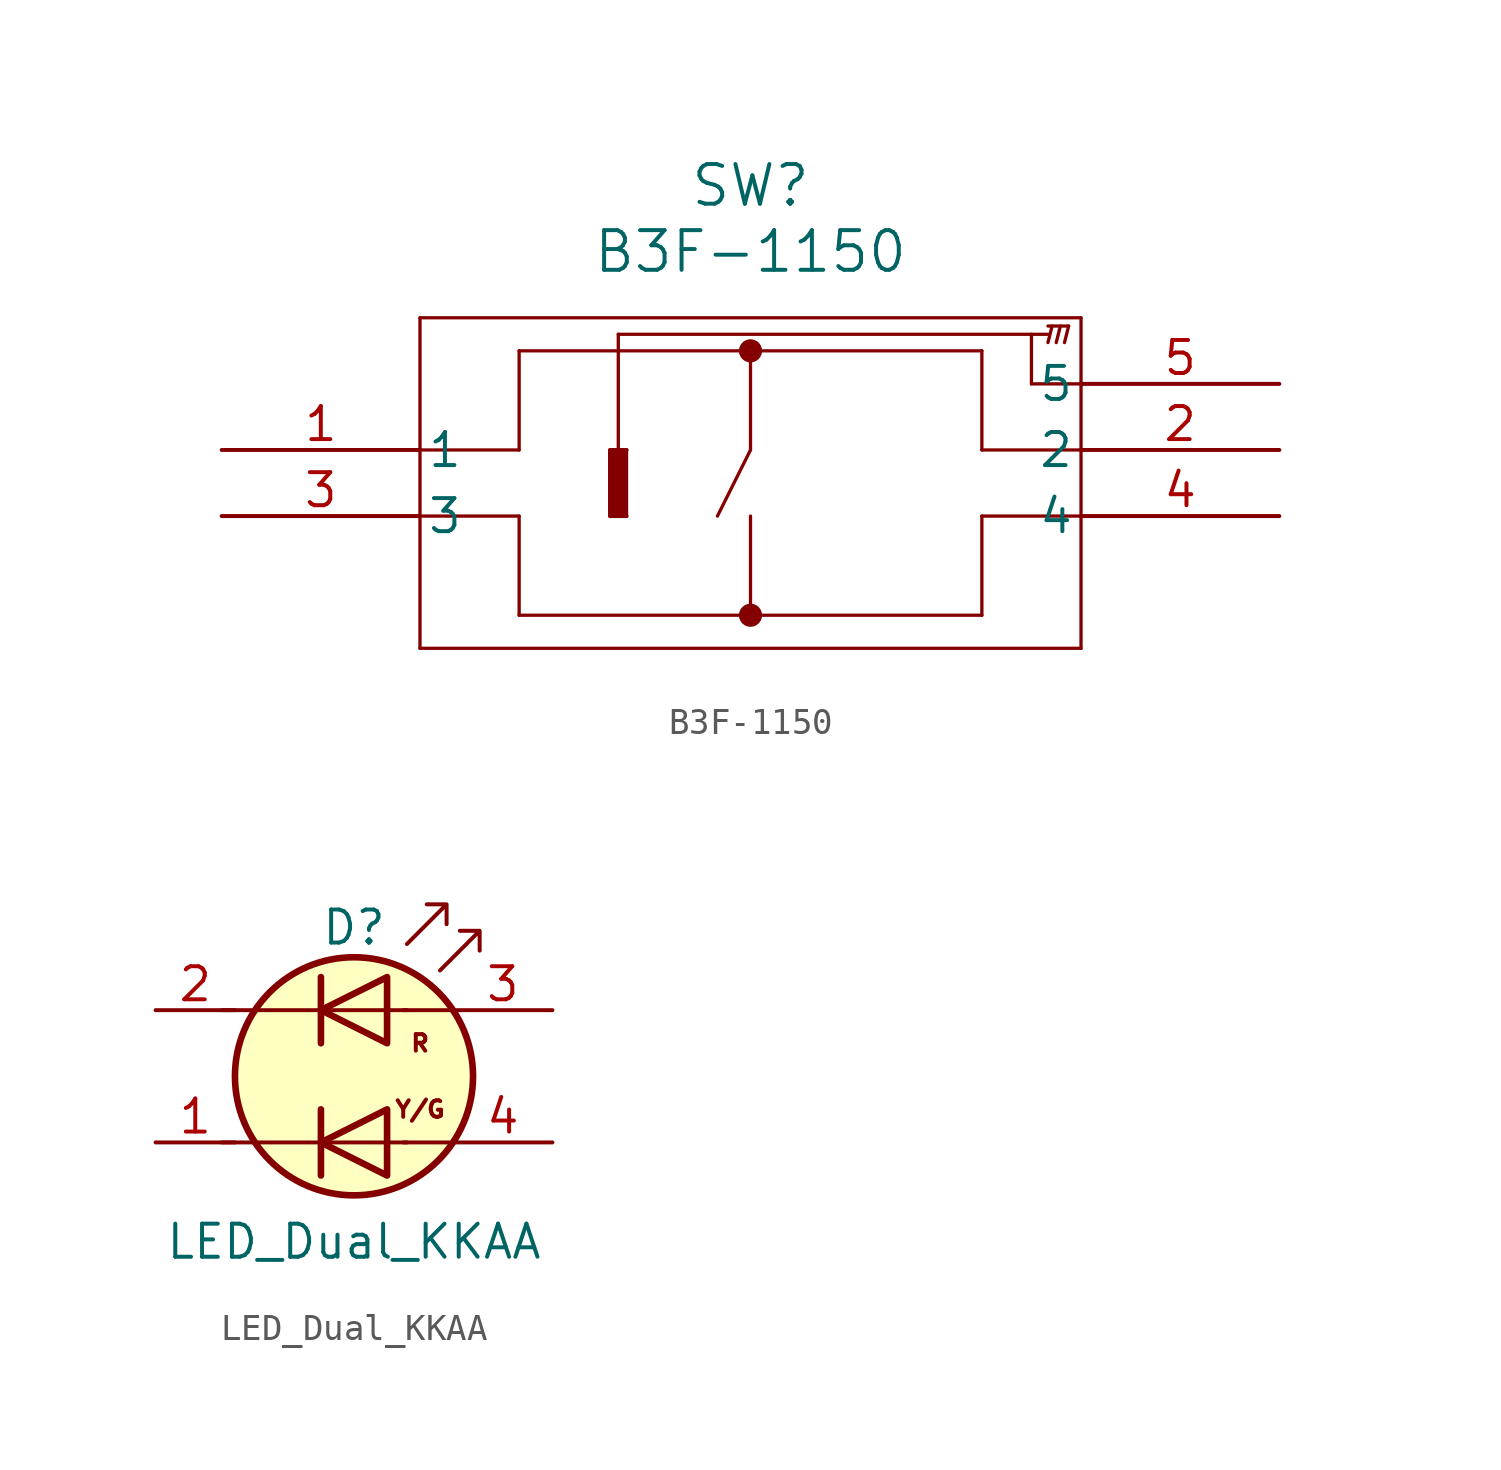
<source format=kicad_sym>
(kicad_symbol_lib
  (version 20220914)
  (generator kicad_symbol_editor)
  (symbol "B3F-1150"
    (pin_names
      (offset 0.254))
    (property "Reference" "SW"
      (at 20.32 10.16 0)
      (effects (font (size 1.524 1.524))))
    (property "Value" "B3F-1150"
      (at 20.32 7.62 0)
      (effects (font (size 1.524 1.524))))
    (property "ki_locked" ""
      (at 0 0 0)
      (effects (font (size 1.27 1.27))))
    (symbol "B3F-1150_0_1"
      (polyline (pts (xy 7.62 -7.62) (xy 33.02 -7.62)) (stroke (width 0.127) (type default)) (fill (type none)))
      (polyline (pts (xy 7.62 -2.54) (xy 11.43 -2.54)) (stroke (width 0.127) (type default)) (fill (type none)))
      (polyline (pts (xy 7.62 0) (xy 11.43 0)) (stroke (width 0.127) (type default)) (fill (type none)))
      (polyline (pts (xy 7.62 5.08) (xy 7.62 -7.62)) (stroke (width 0.127) (type default)) (fill (type none)))
      (polyline (pts (xy 11.43 -6.35) (xy 29.21 -6.35)) (stroke (width 0.127) (type default)) (fill (type none)))
      (polyline (pts (xy 11.43 -2.54) (xy 11.43 -6.35)) (stroke (width 0.127) (type default)) (fill (type none)))
      (polyline (pts (xy 11.43 0) (xy 11.43 3.81)) (stroke (width 0.127) (type default)) (fill (type none)))
      (polyline (pts (xy 14.922 -2.54) (xy 14.922 0)) (stroke (width 0.127) (type default)) (fill (type none)))
      (polyline (pts (xy 14.922 0) (xy 15.557 0)) (stroke (width 0.127) (type default)) (fill (type none)))
      (polyline (pts (xy 15.24 0) (xy 15.24 4.445)) (stroke (width 0.127) (type default)) (fill (type none)))
      (polyline (pts (xy 15.24 4.445) (xy 31.75 4.445)) (stroke (width 0.127) (type default)) (fill (type none)))
      (polyline (pts (xy 15.557 -2.54) (xy 14.922 -2.54)) (stroke (width 0.127) (type default)) (fill (type none)))
      (polyline (pts (xy 15.557 0) (xy 15.557 -2.54)) (stroke (width 0.127) (type default)) (fill (type none)))
      (polyline (pts (xy 20.32 -2.54) (xy 20.32 -6.35)) (stroke (width 0.127) (type default)) (fill (type none)))
      (polyline (pts (xy 20.32 0) (xy 19.05 -2.54)) (stroke (width 0.127) (type default)) (fill (type none)))
      (polyline (pts (xy 20.32 3.81) (xy 20.32 0)) (stroke (width 0.127) (type default)) (fill (type none)))
      (polyline (pts (xy 29.21 -6.35) (xy 29.21 -2.54)) (stroke (width 0.127) (type default)) (fill (type none)))
      (polyline (pts (xy 29.21 -2.54) (xy 33.02 -2.54)) (stroke (width 0.127) (type default)) (fill (type none)))
      (polyline (pts (xy 29.21 0) (xy 29.21 3.81)) (stroke (width 0.127) (type default)) (fill (type none)))
      (polyline (pts (xy 29.21 3.81) (xy 11.43 3.81)) (stroke (width 0.127) (type default)) (fill (type none)))
      (polyline (pts (xy 31.115 2.54) (xy 33.02 2.54)) (stroke (width 0.127) (type default)) (fill (type none)))
      (polyline (pts (xy 31.115 4.445) (xy 31.115 2.54)) (stroke (width 0.127) (type default)) (fill (type none)))
      (polyline (pts (xy 31.75 4.128) (xy 31.909 4.763)) (stroke (width 0.127) (type default)) (fill (type none)))
      (polyline (pts (xy 31.75 4.763) (xy 32.544 4.763)) (stroke (width 0.127) (type default)) (fill (type none)))
      (polyline (pts (xy 32.068 4.128) (xy 32.226 4.763)) (stroke (width 0.127) (type default)) (fill (type none)))
      (polyline (pts (xy 32.544 4.763) (xy 32.385 4.128)) (stroke (width 0.127) (type default)) (fill (type none)))
      (polyline (pts (xy 33.02 -7.62) (xy 33.02 5.08)) (stroke (width 0.127) (type default)) (fill (type none)))
      (polyline (pts (xy 33.02 0) (xy 29.21 0)) (stroke (width 0.127) (type default)) (fill (type none)))
      (polyline (pts (xy 33.02 5.08) (xy 7.62 5.08)) (stroke (width 0.127) (type default)) (fill (type none)))
      (polyline (pts (xy 15.557 0) (xy 14.922 0) (xy 14.922 -2.54) (xy 15.557 -2.54)) (stroke (width 0) (type default)) (fill (type outline)))
      (circle (center 20.32 -6.35) (radius 0.254) (stroke (width 0.381) (type default)) (fill (type none)))
      (circle (center 20.32 3.81) (radius 0.254) (stroke (width 0.381) (type default)) (fill (type none)))
      (pin unspecified line (at 0 0 0) (length 7.62) (name "1" (effects (font (size 1.27 1.27)))) (number "1" (effects (font (size 1.27 1.27)))))
      (pin unspecified line (at 40.64 0 180) (length 7.62) (name "2" (effects (font (size 1.27 1.27)))) (number "2" (effects (font (size 1.27 1.27)))))
      (pin unspecified line (at 0 -2.54 0) (length 7.62) (name "3" (effects (font (size 1.27 1.27)))) (number "3" (effects (font (size 1.27 1.27)))))
      (pin unspecified line (at 40.64 -2.54 180) (length 7.62) (name "4" (effects (font (size 1.27 1.27)))) (number "4" (effects (font (size 1.27 1.27)))))
      (pin unspecified line (at 40.64 2.54 180) (length 7.62) (name "5" (effects (font (size 1.27 1.27)))) (number "5" (effects (font (size 1.27 1.27)))))))
  (symbol "LED_Dual_KKAA"
    (pin_names
      (offset 0) hide)
    (property "Reference" "D"
      (at 0 5.715 0)
      (effects (font (size 1.27 1.27))))
    (property "Value" "LED_Dual_KKAA"
      (at 0 -6.35 0)
      (effects (font (size 1.27 1.27))))
    (symbol "LED_Dual_KKAA_0_1"
      (polyline (pts (xy -5.08 -2.54) (xy 2.032 -2.54)) (stroke (width 0) (type default)) (fill (type none)))
      (polyline (pts (xy -5.08 2.54) (xy 2.032 2.54)) (stroke (width 0) (type default)) (fill (type none)))
      (polyline (pts (xy -1.27 -1.27) (xy -1.27 -3.81)) (stroke (width 0.254) (type default)) (fill (type none)))
      (polyline (pts (xy -1.27 3.81) (xy -1.27 1.27)) (stroke (width 0.254) (type default)) (fill (type none)))
      (polyline (pts (xy 3.81 -2.54) (xy 1.905 -2.54)) (stroke (width 0) (type default)) (fill (type none)))
      (polyline (pts (xy 3.81 2.54) (xy 1.905 2.54)) (stroke (width 0) (type default)) (fill (type none)))
      (polyline (pts (xy 1.27 -1.27) (xy 1.27 -3.81) (xy -1.27 -2.54) (xy 1.27 -1.27)) (stroke (width 0.254) (type default)) (fill (type none)))
      (polyline (pts (xy 1.27 3.81) (xy 1.27 1.27) (xy -1.27 2.54) (xy 1.27 3.81)) (stroke (width 0.254) (type default)) (fill (type none)))
      (polyline (pts (xy 2.032 5.08) (xy 3.556 6.604) (xy 2.794 6.604) (xy 3.556 6.604) (xy 3.556 5.842)) (stroke (width 0) (type default)) (fill (type none)))
      (polyline (pts (xy 3.302 4.064) (xy 4.826 5.588) (xy 4.064 5.588) (xy 4.826 5.588) (xy 4.826 4.826)) (stroke (width 0) (type default)) (fill (type none)))
      (circle (center 0 0) (radius 4.572) (stroke (width 0.254) (type default)) (fill (type background))))
    (symbol "LED_Dual_KKAA_1_1"
      (text "R" (at 2.54 1.27 0) (effects (font (size 0.635 0.635))))
      (text "Y/G" (at 2.54 -1.27 0) (effects (font (size 0.635 0.635))))
      (pin input line (at -7.62 -2.54 0) (length 3.048) (name "K2" (effects (font (size 1.27 1.27)))) (number "1" (effects (font (size 1.27 1.27)))))
      (pin input line (at -7.62 2.54 0) (length 3.048) (name "K1" (effects (font (size 1.27 1.27)))) (number "2" (effects (font (size 1.27 1.27)))))
      (pin input line (at 7.62 2.54 180) (length 3.81) (name "A1" (effects (font (size 1.27 1.27)))) (number "3" (effects (font (size 1.27 1.27)))))
      (pin input line (at 7.62 -2.54 180) (length 3.81) (name "A2" (effects (font (size 1.27 1.27)))) (number "4" (effects (font (size 1.27 1.27))))))))
</source>
